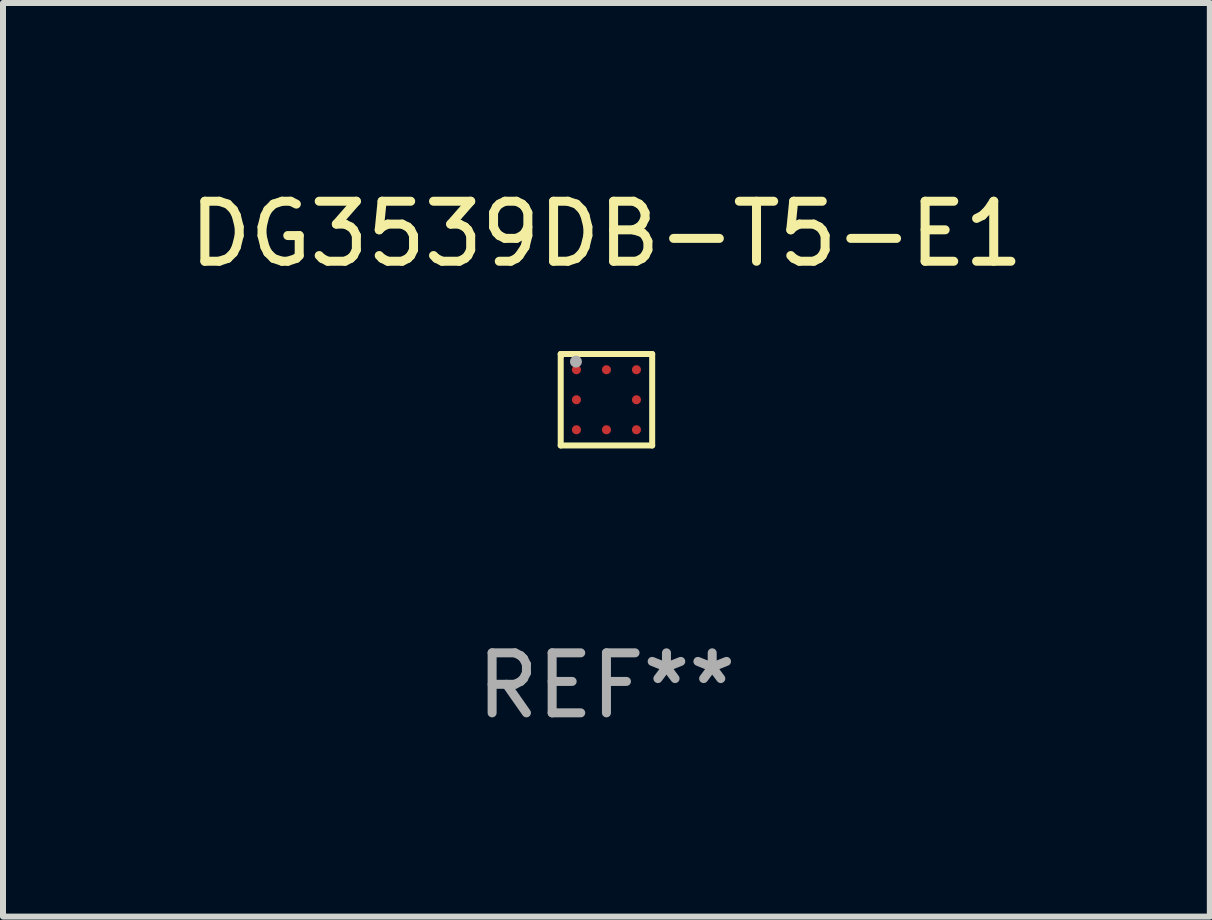
<source format=kicad_pcb>
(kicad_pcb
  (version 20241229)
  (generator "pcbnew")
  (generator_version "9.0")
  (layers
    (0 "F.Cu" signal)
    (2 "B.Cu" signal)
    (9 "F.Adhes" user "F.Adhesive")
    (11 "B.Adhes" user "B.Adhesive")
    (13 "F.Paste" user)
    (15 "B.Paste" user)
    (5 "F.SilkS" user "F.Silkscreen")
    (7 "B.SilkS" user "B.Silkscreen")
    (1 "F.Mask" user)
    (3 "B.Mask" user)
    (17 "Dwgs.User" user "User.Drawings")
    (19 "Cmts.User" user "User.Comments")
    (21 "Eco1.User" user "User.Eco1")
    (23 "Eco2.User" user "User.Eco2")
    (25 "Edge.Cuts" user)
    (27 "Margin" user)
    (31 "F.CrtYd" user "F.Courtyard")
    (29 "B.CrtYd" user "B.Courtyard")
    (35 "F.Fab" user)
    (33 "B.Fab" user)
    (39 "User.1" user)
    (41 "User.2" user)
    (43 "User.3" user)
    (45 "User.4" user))
  (footprint "DG3539DB-T5-E1"
    (layer "F.Cu")
    (at 7.054 3.61)
    (property "Reference" "DG3539DB-T5-E1" (at 0 -2.762 0) (layer "F.SilkS") (effects (font (size 1 1) (thickness 0.15))))
    (attr through_hole)
    (fp_line (start -0.762 -0.762) (end -0.762 0.762) (stroke (width 0.1) (type solid)) (layer "F.SilkS"))
    (fp_line (start -0.762 0.762) (end 0.762 0.762) (stroke (width 0.1) (type solid)) (layer "F.SilkS"))
    (fp_line (start 0.762 -0.762) (end -0.762 -0.762) (stroke (width 0.1) (type solid)) (layer "F.SilkS"))
    (fp_line (start 0.762 0.762) (end 0.762 -0.762) (stroke (width 0.1) (type solid)) (layer "F.SilkS"))
    (fp_circle (center -0.75 -0.75) (end -0.72 -0.75) (stroke (width 0.06) (type solid)) (fill no) (layer "F.SilkS"))
    (fp_circle (center -0.508 -0.635) (end -0.458 -0.635) (stroke (width 0.1) (type solid)) (fill no) (layer "F.Fab"))
    (fp_text user "REF**" (at 0 4.762 0) (layer "F.Fab") (effects (font (size 1 1) (thickness 0.15))))
    (pad "A1" smd circle (at -0.5 -0.5) (size 0.15 0.15) (layers "F.Cu" "F.Mask" "F.Paste"))
    (pad "A2" smd circle (at 0.000051 -0.5) (size 0.15 0.15) (layers "F.Cu" "F.Mask" "F.Paste"))
    (pad "A3" smd circle (at 0.5 -0.5) (size 0.15 0.15) (layers "F.Cu" "F.Mask" "F.Paste"))
    (pad "B1" smd circle (at -0.5 0.000025) (size 0.15 0.15) (layers "F.Cu" "F.Mask" "F.Paste"))
    (pad "B3" smd circle (at 0.5 0.000025) (size 0.15 0.15) (layers "F.Cu" "F.Mask" "F.Paste"))
    (pad "C1" smd circle (at -0.5 0.5) (size 0.15 0.15) (layers "F.Cu" "F.Mask" "F.Paste"))
    (pad "C2" smd circle (at 0.000051 0.5) (size 0.15 0.15) (layers "F.Cu" "F.Mask" "F.Paste"))
    (pad "C3" smd circle (at 0.5 0.5) (size 0.15 0.15) (layers "F.Cu" "F.Mask" "F.Paste")))
  (gr_rect
    (start -3 -3)
    (end 17.107 12.221)
    (stroke (width 0.1) (type default))
    (fill no)
    (layer "Edge.Cuts")))
</source>
